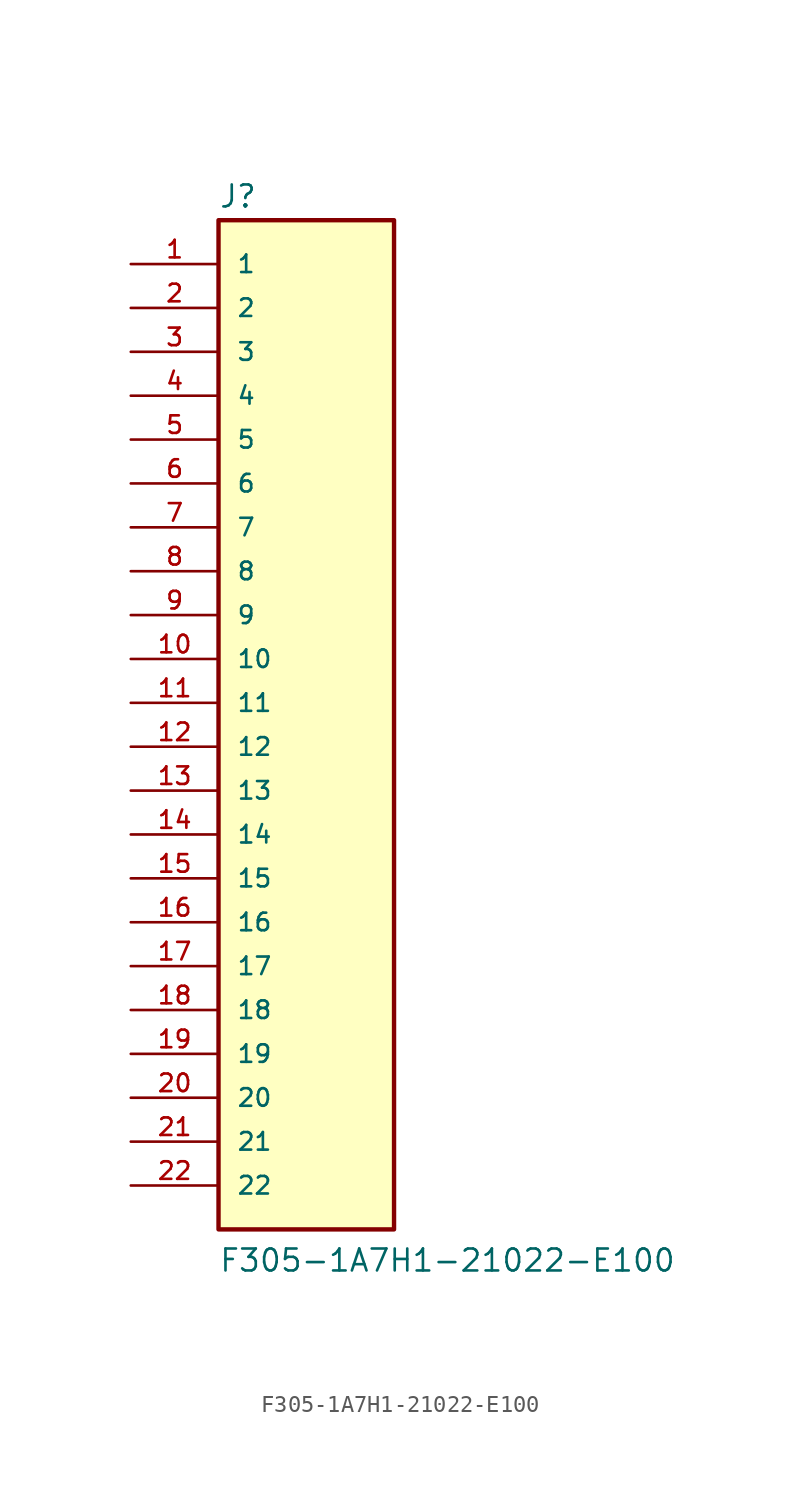
<source format=kicad_sym>
(kicad_symbol_lib
  (version 20211014)
  (generator kicad_symbol_editor)
  (symbol "F305-1A7H1-21022-E100"
    (pin_names
      (offset 1.016))
    (property "Reference" "J"
      (at -5.08 28.575 0)
      (effects (font (size 1.27 1.27)) (justify bottom left)))
    (property "Value" "F305-1A7H1-21022-E100"
      (at -5.08 -33.02 0)
      (effects (font (size 1.27 1.27)) (justify bottom left)))
    (symbol "F305-1A7H1-21022-E100_0_0"
      (rectangle (start -5.08 -30.48) (end 5.08 27.94) (stroke (width 0.254)) (fill (type background)))
      (pin passive line (at -10.16 25.4 0) (length 5.08) (name "1" (effects (font (size 1.016 1.016)))) (number "1" (effects (font (size 1.016 1.016)))))
      (pin passive line (at -10.16 22.86 0) (length 5.08) (name "2" (effects (font (size 1.016 1.016)))) (number "2" (effects (font (size 1.016 1.016)))))
      (pin passive line (at -10.16 20.32 0) (length 5.08) (name "3" (effects (font (size 1.016 1.016)))) (number "3" (effects (font (size 1.016 1.016)))))
      (pin passive line (at -10.16 17.78 0) (length 5.08) (name "4" (effects (font (size 1.016 1.016)))) (number "4" (effects (font (size 1.016 1.016)))))
      (pin passive line (at -10.16 15.24 0) (length 5.08) (name "5" (effects (font (size 1.016 1.016)))) (number "5" (effects (font (size 1.016 1.016)))))
      (pin passive line (at -10.16 12.7 0) (length 5.08) (name "6" (effects (font (size 1.016 1.016)))) (number "6" (effects (font (size 1.016 1.016)))))
      (pin passive line (at -10.16 10.16 0) (length 5.08) (name "7" (effects (font (size 1.016 1.016)))) (number "7" (effects (font (size 1.016 1.016)))))
      (pin passive line (at -10.16 7.62 0) (length 5.08) (name "8" (effects (font (size 1.016 1.016)))) (number "8" (effects (font (size 1.016 1.016)))))
      (pin passive line (at -10.16 5.08 0) (length 5.08) (name "9" (effects (font (size 1.016 1.016)))) (number "9" (effects (font (size 1.016 1.016)))))
      (pin passive line (at -10.16 2.54 0) (length 5.08) (name "10" (effects (font (size 1.016 1.016)))) (number "10" (effects (font (size 1.016 1.016)))))
      (pin passive line (at -10.16 0.0 0) (length 5.08) (name "11" (effects (font (size 1.016 1.016)))) (number "11" (effects (font (size 1.016 1.016)))))
      (pin passive line (at -10.16 -2.54 0) (length 5.08) (name "12" (effects (font (size 1.016 1.016)))) (number "12" (effects (font (size 1.016 1.016)))))
      (pin passive line (at -10.16 -5.08 0) (length 5.08) (name "13" (effects (font (size 1.016 1.016)))) (number "13" (effects (font (size 1.016 1.016)))))
      (pin passive line (at -10.16 -7.62 0) (length 5.08) (name "14" (effects (font (size 1.016 1.016)))) (number "14" (effects (font (size 1.016 1.016)))))
      (pin passive line (at -10.16 -10.16 0) (length 5.08) (name "15" (effects (font (size 1.016 1.016)))) (number "15" (effects (font (size 1.016 1.016)))))
      (pin passive line (at -10.16 -12.7 0) (length 5.08) (name "16" (effects (font (size 1.016 1.016)))) (number "16" (effects (font (size 1.016 1.016)))))
      (pin passive line (at -10.16 -15.24 0) (length 5.08) (name "17" (effects (font (size 1.016 1.016)))) (number "17" (effects (font (size 1.016 1.016)))))
      (pin passive line (at -10.16 -17.78 0) (length 5.08) (name "18" (effects (font (size 1.016 1.016)))) (number "18" (effects (font (size 1.016 1.016)))))
      (pin passive line (at -10.16 -20.32 0) (length 5.08) (name "19" (effects (font (size 1.016 1.016)))) (number "19" (effects (font (size 1.016 1.016)))))
      (pin passive line (at -10.16 -22.86 0) (length 5.08) (name "20" (effects (font (size 1.016 1.016)))) (number "20" (effects (font (size 1.016 1.016)))))
      (pin passive line (at -10.16 -25.4 0) (length 5.08) (name "21" (effects (font (size 1.016 1.016)))) (number "21" (effects (font (size 1.016 1.016)))))
      (pin passive line (at -10.16 -27.94 0) (length 5.08) (name "22" (effects (font (size 1.016 1.016)))) (number "22" (effects (font (size 1.016 1.016))))))))
</source>
